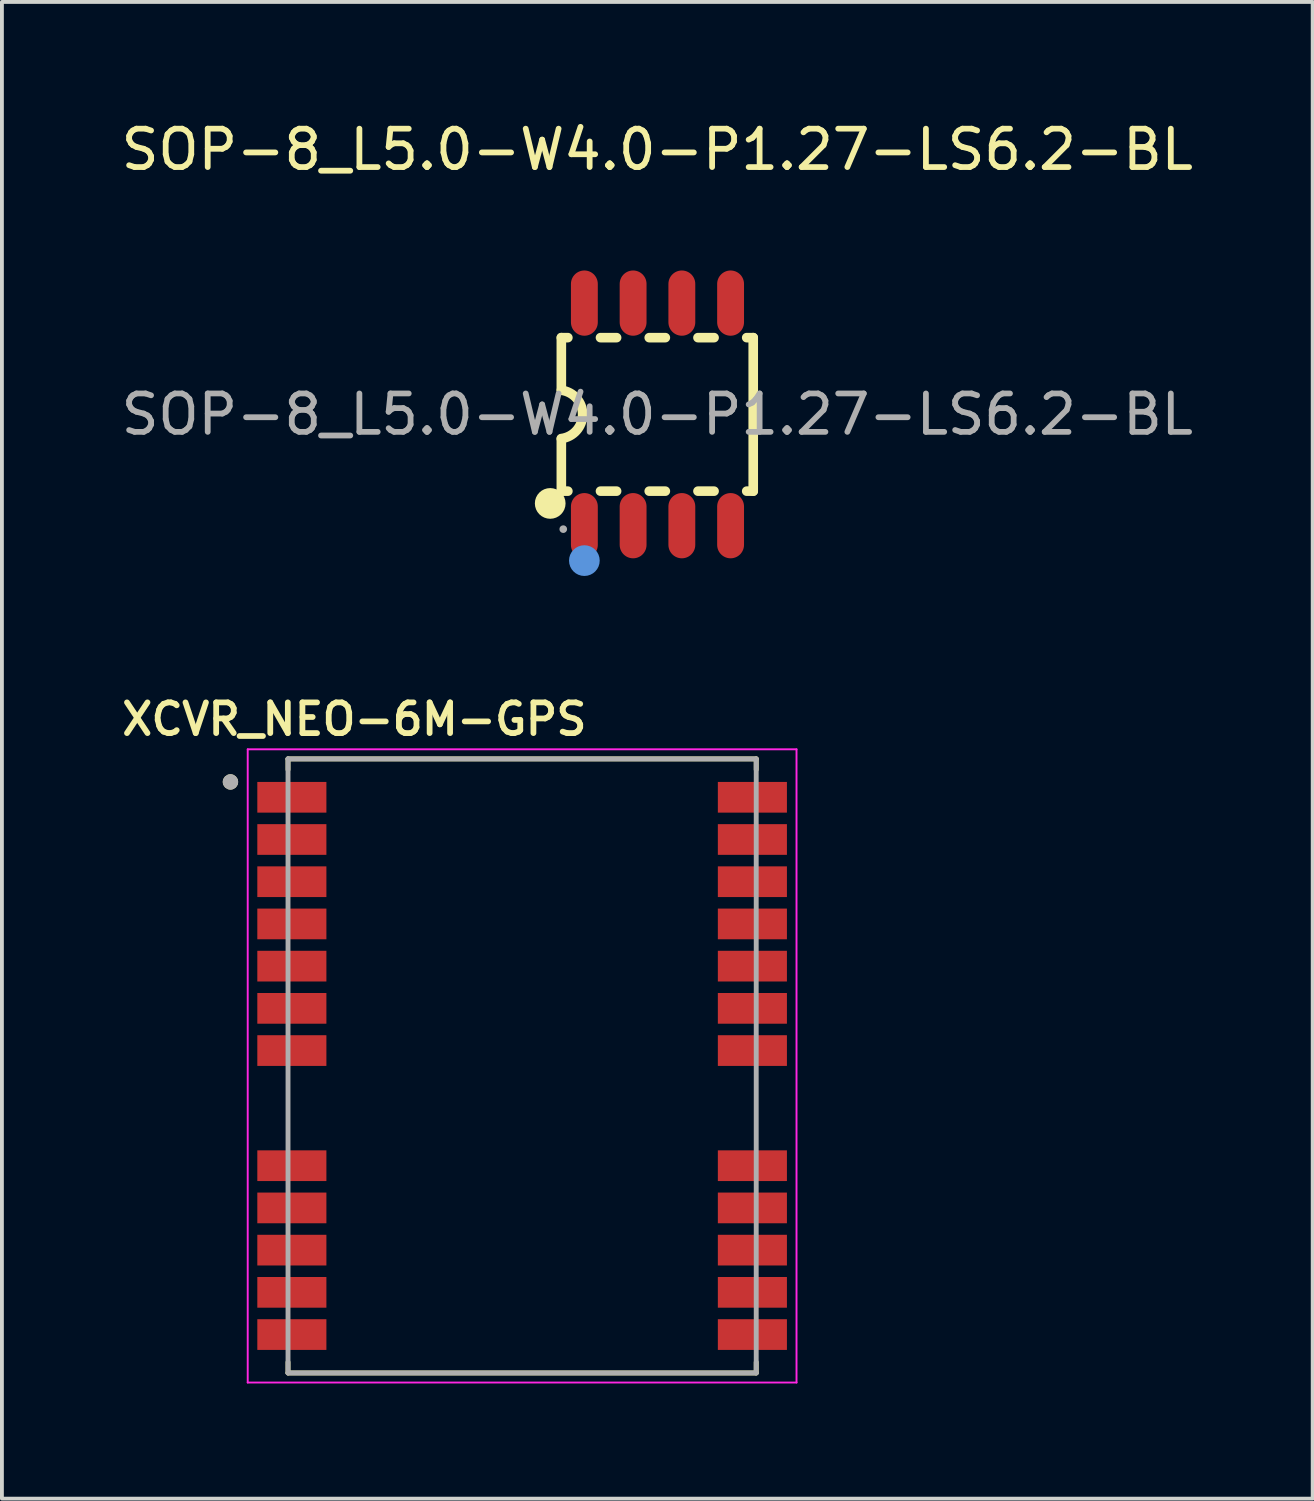
<source format=kicad_pcb>
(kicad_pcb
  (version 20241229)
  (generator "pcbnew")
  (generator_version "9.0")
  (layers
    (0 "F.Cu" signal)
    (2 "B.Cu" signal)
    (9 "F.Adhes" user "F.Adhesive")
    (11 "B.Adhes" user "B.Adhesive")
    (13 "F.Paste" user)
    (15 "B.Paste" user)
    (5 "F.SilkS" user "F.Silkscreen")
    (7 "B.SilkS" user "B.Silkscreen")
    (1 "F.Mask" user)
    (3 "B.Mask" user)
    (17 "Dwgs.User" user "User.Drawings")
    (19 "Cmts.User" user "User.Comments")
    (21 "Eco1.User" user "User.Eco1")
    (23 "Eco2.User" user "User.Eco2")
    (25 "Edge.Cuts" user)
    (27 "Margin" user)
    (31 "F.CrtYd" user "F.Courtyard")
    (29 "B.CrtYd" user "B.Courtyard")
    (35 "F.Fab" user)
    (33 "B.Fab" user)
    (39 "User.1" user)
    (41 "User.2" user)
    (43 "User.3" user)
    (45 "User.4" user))
  (footprint "XCVR_NEO-6M-GPS"
    (layer "F.Cu")
    (at 10.555 24.725)
    (property "Reference" "XCVR_NEO-6M-GPS" (at -4.372 -9.035 0) (layer "F.SilkS") (effects (font (size 0.8 0.8) (thickness 0.15))))
    (attr smd)
    (fp_line (start -6.1 -8) (end 6.1 -8) (stroke (width 0.127) (type solid)) (layer "F.SilkS"))
    (fp_line (start -6.1 -7.72) (end -6.1 -8) (stroke (width 0.127) (type solid)) (layer "F.SilkS"))
    (fp_line (start -6.1 7.72) (end -6.1 8) (stroke (width 0.127) (type solid)) (layer "F.SilkS"))
    (fp_line (start -6.1 8) (end 6.1 8) (stroke (width 0.127) (type solid)) (layer "F.SilkS"))
    (fp_line (start 6.1 -8) (end 6.1 -7.72) (stroke (width 0.127) (type solid)) (layer "F.SilkS"))
    (fp_line (start 6.1 8) (end 6.1 7.72) (stroke (width 0.127) (type solid)) (layer "F.SilkS"))
    (fp_circle (center -7.6 -7.4) (end -7.5 -7.4) (stroke (width 0.2) (type solid)) (fill no) (layer "F.SilkS"))
    (fp_poly (pts (xy -7.3 -6.6) (xy -6.1 -6.6) (xy -6.1 -6.7) (xy -5.2 -6.7) (xy -5.2 -7.3) (xy -6.1 -7.3) (xy -6.1 -7.4) (xy -7.3 -7.4)) (stroke (width 0.0001) (type solid)) (fill yes) (layer "F.Paste"))
    (fp_poly (pts (xy -7.3 -5.5) (xy -6.1 -5.5) (xy -6.1 -5.6) (xy -5.2 -5.6) (xy -5.2 -6.2) (xy -6.1 -6.2) (xy -6.1 -6.3) (xy -7.3 -6.3)) (stroke (width 0.0001) (type solid)) (fill yes) (layer "F.Paste"))
    (fp_poly (pts (xy -7.3 -4.4) (xy -6.1 -4.4) (xy -6.1 -4.5) (xy -5.2 -4.5) (xy -5.2 -5.1) (xy -6.1 -5.1) (xy -6.1 -5.2) (xy -7.3 -5.2)) (stroke (width 0.0001) (type solid)) (fill yes) (layer "F.Paste"))
    (fp_poly (pts (xy -7.3 -3.3) (xy -6.1 -3.3) (xy -6.1 -3.4) (xy -5.2 -3.4) (xy -5.2 -4) (xy -6.1 -4) (xy -6.1 -4.1) (xy -7.3 -4.1)) (stroke (width 0.0001) (type solid)) (fill yes) (layer "F.Paste"))
    (fp_poly (pts (xy -7.3 -2.2) (xy -6.1 -2.2) (xy -6.1 -2.3) (xy -5.2 -2.3) (xy -5.2 -2.9) (xy -6.1 -2.9) (xy -6.1 -3) (xy -7.3 -3)) (stroke (width 0.0001) (type solid)) (fill yes) (layer "F.Paste"))
    (fp_poly (pts (xy -7.3 -1.1) (xy -6.1 -1.1) (xy -6.1 -1.2) (xy -5.2 -1.2) (xy -5.2 -1.8) (xy -6.1 -1.8) (xy -6.1 -1.9) (xy -7.3 -1.9)) (stroke (width 0.0001) (type solid)) (fill yes) (layer "F.Paste"))
    (fp_poly (pts (xy -7.3 0) (xy -6.1 0) (xy -6.1 -0.1) (xy -5.2 -0.1) (xy -5.2 -0.7) (xy -6.1 -0.7) (xy -6.1 -0.8) (xy -7.3 -0.8)) (stroke (width 0.0001) (type solid)) (fill yes) (layer "F.Paste"))
    (fp_poly (pts (xy -7.3 2.2) (xy -6.1 2.2) (xy -6.1 2.3) (xy -5.2 2.3) (xy -5.2 2.9) (xy -6.1 2.9) (xy -6.1 3) (xy -7.3 3)) (stroke (width 0.0001) (type solid)) (fill yes) (layer "F.Paste"))
    (fp_poly (pts (xy -7.3 3.3) (xy -6.1 3.3) (xy -6.1 3.4) (xy -5.2 3.4) (xy -5.2 4) (xy -6.1 4) (xy -6.1 4.1) (xy -7.3 4.1)) (stroke (width 0.0001) (type solid)) (fill yes) (layer "F.Paste"))
    (fp_poly (pts (xy -7.3 4.4) (xy -6.1 4.4) (xy -6.1 4.5) (xy -5.2 4.5) (xy -5.2 5.1) (xy -6.1 5.1) (xy -6.1 5.2) (xy -7.3 5.2)) (stroke (width 0.0001) (type solid)) (fill yes) (layer "F.Paste"))
    (fp_poly (pts (xy -7.3 5.5) (xy -6.1 5.5) (xy -6.1 5.6) (xy -5.2 5.6) (xy -5.2 6.2) (xy -6.1 6.2) (xy -6.1 6.3) (xy -7.3 6.3)) (stroke (width 0.0001) (type solid)) (fill yes) (layer "F.Paste"))
    (fp_poly (pts (xy -7.3 6.6) (xy -6.1 6.6) (xy -6.1 6.7) (xy -5.2 6.7) (xy -5.2 7.3) (xy -6.1 7.3) (xy -6.1 7.4) (xy -7.3 7.4)) (stroke (width 0.0001) (type solid)) (fill yes) (layer "F.Paste"))
    (fp_poly (pts (xy 7.3 -6.6) (xy 6.1 -6.6) (xy 6.1 -6.7) (xy 5.2 -6.7) (xy 5.2 -7.3) (xy 6.1 -7.3) (xy 6.1 -7.4) (xy 7.3 -7.4)) (stroke (width 0.0001) (type solid)) (fill yes) (layer "F.Paste"))
    (fp_poly (pts (xy 7.3 -5.5) (xy 6.1 -5.5) (xy 6.1 -5.6) (xy 5.2 -5.6) (xy 5.2 -6.2) (xy 6.1 -6.2) (xy 6.1 -6.3) (xy 7.3 -6.3)) (stroke (width 0.0001) (type solid)) (fill yes) (layer "F.Paste"))
    (fp_poly (pts (xy 7.3 -4.4) (xy 6.1 -4.4) (xy 6.1 -4.5) (xy 5.2 -4.5) (xy 5.2 -5.1) (xy 6.1 -5.1) (xy 6.1 -5.2) (xy 7.3 -5.2)) (stroke (width 0.0001) (type solid)) (fill yes) (layer "F.Paste"))
    (fp_poly (pts (xy 7.3 -3.3) (xy 6.1 -3.3) (xy 6.1 -3.4) (xy 5.2 -3.4) (xy 5.2 -4) (xy 6.1 -4) (xy 6.1 -4.1) (xy 7.3 -4.1)) (stroke (width 0.0001) (type solid)) (fill yes) (layer "F.Paste"))
    (fp_poly (pts (xy 7.3 -2.2) (xy 6.1 -2.2) (xy 6.1 -2.3) (xy 5.2 -2.3) (xy 5.2 -2.9) (xy 6.1 -2.9) (xy 6.1 -3) (xy 7.3 -3)) (stroke (width 0.0001) (type solid)) (fill yes) (layer "F.Paste"))
    (fp_poly (pts (xy 7.3 -1.1) (xy 6.1 -1.1) (xy 6.1 -1.2) (xy 5.2 -1.2) (xy 5.2 -1.8) (xy 6.1 -1.8) (xy 6.1 -1.9) (xy 7.3 -1.9)) (stroke (width 0.0001) (type solid)) (fill yes) (layer "F.Paste"))
    (fp_poly (pts (xy 7.3 0) (xy 6.1 0) (xy 6.1 -0.1) (xy 5.2 -0.1) (xy 5.2 -0.7) (xy 6.1 -0.7) (xy 6.1 -0.8) (xy 7.3 -0.8)) (stroke (width 0.0001) (type solid)) (fill yes) (layer "F.Paste"))
    (fp_poly (pts (xy 7.3 2.2) (xy 6.1 2.2) (xy 6.1 2.3) (xy 5.2 2.3) (xy 5.2 2.9) (xy 6.1 2.9) (xy 6.1 3) (xy 7.3 3)) (stroke (width 0.0001) (type solid)) (fill yes) (layer "F.Paste"))
    (fp_poly (pts (xy 7.3 3.3) (xy 6.1 3.3) (xy 6.1 3.4) (xy 5.2 3.4) (xy 5.2 4) (xy 6.1 4) (xy 6.1 4.1) (xy 7.3 4.1)) (stroke (width 0.0001) (type solid)) (fill yes) (layer "F.Paste"))
    (fp_poly (pts (xy 7.3 4.4) (xy 6.1 4.4) (xy 6.1 4.5) (xy 5.2 4.5) (xy 5.2 5.1) (xy 6.1 5.1) (xy 6.1 5.2) (xy 7.3 5.2)) (stroke (width 0.0001) (type solid)) (fill yes) (layer "F.Paste"))
    (fp_poly (pts (xy 7.3 5.5) (xy 6.1 5.5) (xy 6.1 5.6) (xy 5.2 5.6) (xy 5.2 6.2) (xy 6.1 6.2) (xy 6.1 6.3) (xy 7.3 6.3)) (stroke (width 0.0001) (type solid)) (fill yes) (layer "F.Paste"))
    (fp_poly (pts (xy 7.3 6.6) (xy 6.1 6.6) (xy 6.1 6.7) (xy 5.2 6.7) (xy 5.2 7.3) (xy 6.1 7.3) (xy 6.1 7.4) (xy 7.3 7.4)) (stroke (width 0.0001) (type solid)) (fill yes) (layer "F.Paste"))
    (fp_line (start -7.15 -8.25) (end 7.15 -8.25) (stroke (width 0.05) (type solid)) (layer "F.CrtYd"))
    (fp_line (start -7.15 8.25) (end -7.15 -8.25) (stroke (width 0.05) (type solid)) (layer "F.CrtYd"))
    (fp_line (start 7.15 -8.25) (end 7.15 8.25) (stroke (width 0.05) (type solid)) (layer "F.CrtYd"))
    (fp_line (start 7.15 8.25) (end -7.15 8.25) (stroke (width 0.05) (type solid)) (layer "F.CrtYd"))
    (fp_line (start -6.1 -8) (end 6.1 -8) (stroke (width 0.127) (type solid)) (layer "F.Fab"))
    (fp_line (start -6.1 8) (end -6.1 -8) (stroke (width 0.127) (type solid)) (layer "F.Fab"))
    (fp_line (start 6.1 -8) (end 6.1 8) (stroke (width 0.127) (type solid)) (layer "F.Fab"))
    (fp_line (start 6.1 8) (end -6.1 8) (stroke (width 0.127) (type solid)) (layer "F.Fab"))
    (fp_circle (center -7.6 -7.4) (end -7.5 -7.4) (stroke (width 0.2) (type solid)) (fill no) (layer "F.Fab"))
    (pad "1" smd rect (at -6 -7) (size 1.8 0.8) (layers "F.Cu" "F.Mask"))
    (pad "2" smd rect (at -6 -5.9) (size 1.8 0.8) (layers "F.Cu" "F.Mask"))
    (pad "3" smd rect (at -6 -4.8) (size 1.8 0.8) (layers "F.Cu" "F.Mask"))
    (pad "4" smd rect (at -6 -3.7) (size 1.8 0.8) (layers "F.Cu" "F.Mask"))
    (pad "5" smd rect (at -6 -2.6) (size 1.8 0.8) (layers "F.Cu" "F.Mask"))
    (pad "6" smd rect (at -6 -1.5) (size 1.8 0.8) (layers "F.Cu" "F.Mask"))
    (pad "7" smd rect (at -6 -0.4) (size 1.8 0.8) (layers "F.Cu" "F.Mask"))
    (pad "8" smd rect (at -6 2.6) (size 1.8 0.8) (layers "F.Cu" "F.Mask"))
    (pad "9" smd rect (at -6 3.7) (size 1.8 0.8) (layers "F.Cu" "F.Mask"))
    (pad "10" smd rect (at -6 4.8) (size 1.8 0.8) (layers "F.Cu" "F.Mask"))
    (pad "11" smd rect (at -6 5.9) (size 1.8 0.8) (layers "F.Cu" "F.Mask"))
    (pad "12" smd rect (at -6 7) (size 1.8 0.8) (layers "F.Cu" "F.Mask"))
    (pad "13" smd rect (at 6 7) (size 1.8 0.8) (layers "F.Cu" "F.Mask"))
    (pad "14" smd rect (at 6 5.9) (size 1.8 0.8) (layers "F.Cu" "F.Mask"))
    (pad "15" smd rect (at 6 4.8) (size 1.8 0.8) (layers "F.Cu" "F.Mask"))
    (pad "16" smd rect (at 6 3.7) (size 1.8 0.8) (layers "F.Cu" "F.Mask"))
    (pad "17" smd rect (at 6 2.6) (size 1.8 0.8) (layers "F.Cu" "F.Mask"))
    (pad "18" smd rect (at 6 -0.4) (size 1.8 0.8) (layers "F.Cu" "F.Mask"))
    (pad "19" smd rect (at 6 -1.5) (size 1.8 0.8) (layers "F.Cu" "F.Mask"))
    (pad "20" smd rect (at 6 -2.6) (size 1.8 0.8) (layers "F.Cu" "F.Mask"))
    (pad "21" smd rect (at 6 -3.7) (size 1.8 0.8) (layers "F.Cu" "F.Mask"))
    (pad "22" smd rect (at 6 -4.8) (size 1.8 0.8) (layers "F.Cu" "F.Mask"))
    (pad "23" smd rect (at 6 -5.9) (size 1.8 0.8) (layers "F.Cu" "F.Mask"))
    (pad "24" smd rect (at 6 -7) (size 1.8 0.8) (layers "F.Cu" "F.Mask")))
  (footprint "SOP-8_L5.0-W4.0-P1.27-LS6.2-BL"
    (layer "F.Cu")
    (at 14.077 7.748)
    (property "Reference" "SOP-8_L5.0-W4.0-P1.27-LS6.2-BL" (at 0 -6.9 0) (layer "F.SilkS") (effects (font (size 1 1) (thickness 0.15))))
    (attr smd)
    (fp_line (start -2.5 -2) (end -2.5 -0.63) (stroke (width 0.25) (type solid)) (layer "F.SilkS"))
    (fp_line (start -2.5 -2) (end -2.33 -2) (stroke (width 0.25) (type solid)) (layer "F.SilkS"))
    (fp_line (start -2.5 2) (end -2.5 0.64) (stroke (width 0.25) (type solid)) (layer "F.SilkS"))
    (fp_line (start -2.5 2) (end -2.33 2) (stroke (width 0.25) (type solid)) (layer "F.SilkS"))
    (fp_line (start -1.48 -2) (end -1.06 -2) (stroke (width 0.25) (type solid)) (layer "F.SilkS"))
    (fp_line (start -1.48 2) (end -1.06 2) (stroke (width 0.25) (type solid)) (layer "F.SilkS"))
    (fp_line (start -0.21 -2) (end 0.21 -2) (stroke (width 0.25) (type solid)) (layer "F.SilkS"))
    (fp_line (start -0.21 2) (end 0.21 2) (stroke (width 0.25) (type solid)) (layer "F.SilkS"))
    (fp_line (start 1.06 -2) (end 1.48 -2) (stroke (width 0.25) (type solid)) (layer "F.SilkS"))
    (fp_line (start 1.06 2) (end 1.48 2) (stroke (width 0.25) (type solid)) (layer "F.SilkS"))
    (fp_line (start 2.33 -2) (end 2.5 -2) (stroke (width 0.25) (type solid)) (layer "F.SilkS"))
    (fp_line (start 2.33 2) (end 2.5 2) (stroke (width 0.25) (type solid)) (layer "F.SilkS"))
    (fp_line (start 2.5 -2) (end 2.5 2) (stroke (width 0.25) (type solid)) (layer "F.SilkS"))
    (fp_arc (start -2.79 2.32) (mid -2.79 2.32) (end -2.79 2.32) (stroke (width 0.4) (type solid)) (layer "F.SilkS"))
    (fp_arc (start -2.5 -0.63) (mid -1.944941 0.000797) (end -2.501582 0.630199) (stroke (width 0.25) (type solid)) (layer "F.SilkS"))
    (fp_circle (center -1.9 3.81) (end -1.7 3.81) (stroke (width 0.4) (type solid)) (fill no) (layer "Cmts.User"))
    (fp_circle (center -2.45 2.99) (end -2.4 2.99) (stroke (width 0.1) (type solid)) (fill no) (layer "F.Fab"))
    (fp_text user "${REFERENCE}" (at 0 0 0) (layer "F.Fab") (effects (font (size 1 1) (thickness 0.15))))
    (pad "1" smd oval (at -1.9 2.9 180) (size 0.7 1.7) (layers "F.Cu" "F.Mask" "F.Paste"))
    (pad "2" smd oval (at -0.63 2.9 180) (size 0.7 1.7) (layers "F.Cu" "F.Mask" "F.Paste"))
    (pad "3" smd oval (at 0.64 2.9 180) (size 0.7 1.7) (layers "F.Cu" "F.Mask" "F.Paste"))
    (pad "4" smd oval (at 1.91 2.9 180) (size 0.7 1.7) (layers "F.Cu" "F.Mask" "F.Paste"))
    (pad "5" smd oval (at 1.91 -2.9 180) (size 0.7 1.7) (layers "F.Cu" "F.Mask" "F.Paste"))
    (pad "6" smd oval (at 0.64 -2.9 180) (size 0.7 1.7) (layers "F.Cu" "F.Mask" "F.Paste"))
    (pad "7" smd oval (at -0.63 -2.9 180) (size 0.7 1.7) (layers "F.Cu" "F.Mask" "F.Paste"))
    (pad "8" smd oval (at -1.9 -2.9 180) (size 0.7 1.7) (layers "F.Cu" "F.Mask" "F.Paste")))
  (gr_rect
    (start -3 -3)
    (end 31.155 36)
    (stroke (width 0.1) (type default))
    (fill no)
    (layer "Edge.Cuts")))
</source>
